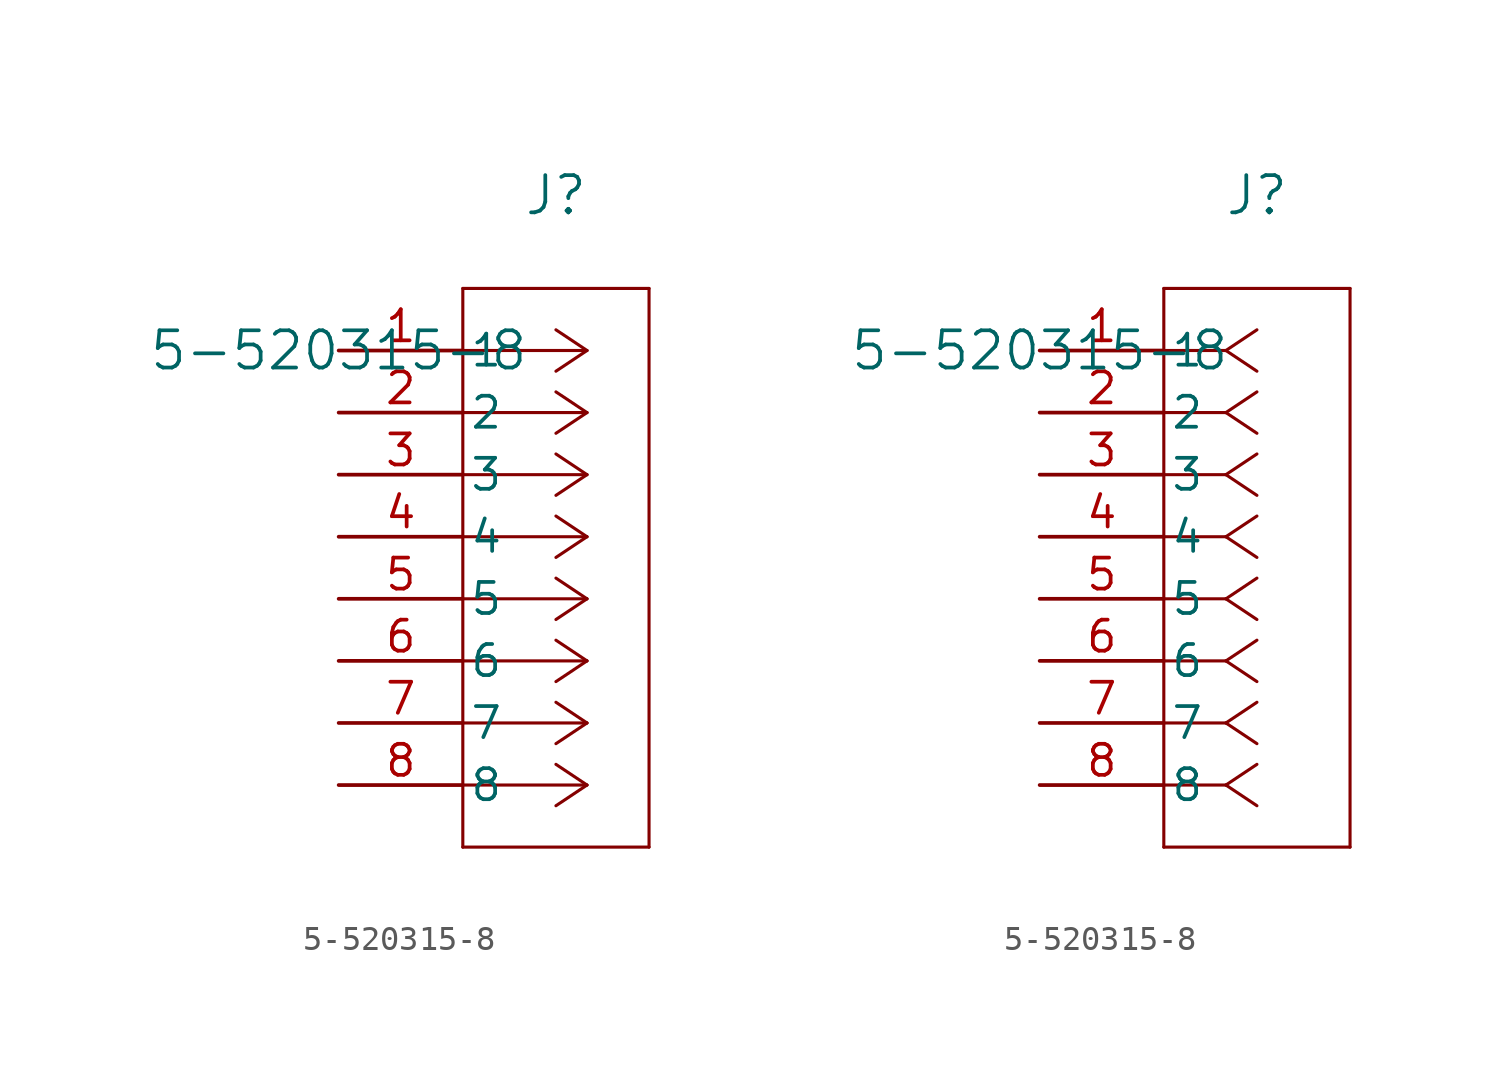
<source format=kicad_sym>
(kicad_symbol_lib
  (version 20211014)
  (generator kicad_symbol_editor)
  (symbol "5-520315-8"
    (pin_names
      (offset 0.254))
    (property "Reference" "J"
      (at 8.89 6.35 0)
      (effects (font (size 1.524 1.524))))
    (property "Value" "5-520315-8"
      (at 0 0 0)
      (effects (font (size 1.524 1.524))))
    (symbol "5-520315-8_1_1"
      (polyline (pts (xy 10.16 0) (xy 5.08 0)) (stroke (width 0.127) (type default) (color 0 0 0 0)) (fill (type none)))
      (polyline (pts (xy 10.16 -2.54) (xy 5.08 -2.54)) (stroke (width 0.127) (type default) (color 0 0 0 0)) (fill (type none)))
      (polyline (pts (xy 10.16 -5.08) (xy 5.08 -5.08)) (stroke (width 0.127) (type default) (color 0 0 0 0)) (fill (type none)))
      (polyline (pts (xy 10.16 -7.62) (xy 5.08 -7.62)) (stroke (width 0.127) (type default) (color 0 0 0 0)) (fill (type none)))
      (polyline (pts (xy 10.16 -10.16) (xy 5.08 -10.16)) (stroke (width 0.127) (type default) (color 0 0 0 0)) (fill (type none)))
      (polyline (pts (xy 10.16 -12.7) (xy 5.08 -12.7)) (stroke (width 0.127) (type default) (color 0 0 0 0)) (fill (type none)))
      (polyline (pts (xy 10.16 -15.24) (xy 5.08 -15.24)) (stroke (width 0.127) (type default) (color 0 0 0 0)) (fill (type none)))
      (polyline (pts (xy 10.16 -17.78) (xy 5.08 -17.78)) (stroke (width 0.127) (type default) (color 0 0 0 0)) (fill (type none)))
      (polyline (pts (xy 10.16 0) (xy 8.89 0.847)) (stroke (width 0.127) (type default) (color 0 0 0 0)) (fill (type none)))
      (polyline (pts (xy 10.16 -2.54) (xy 8.89 -1.693)) (stroke (width 0.127) (type default) (color 0 0 0 0)) (fill (type none)))
      (polyline (pts (xy 10.16 -5.08) (xy 8.89 -4.233)) (stroke (width 0.127) (type default) (color 0 0 0 0)) (fill (type none)))
      (polyline (pts (xy 10.16 -7.62) (xy 8.89 -6.773)) (stroke (width 0.127) (type default) (color 0 0 0 0)) (fill (type none)))
      (polyline (pts (xy 10.16 -10.16) (xy 8.89 -9.313)) (stroke (width 0.127) (type default) (color 0 0 0 0)) (fill (type none)))
      (polyline (pts (xy 10.16 -12.7) (xy 8.89 -11.853)) (stroke (width 0.127) (type default) (color 0 0 0 0)) (fill (type none)))
      (polyline (pts (xy 10.16 -15.24) (xy 8.89 -14.393)) (stroke (width 0.127) (type default) (color 0 0 0 0)) (fill (type none)))
      (polyline (pts (xy 10.16 -17.78) (xy 8.89 -16.933)) (stroke (width 0.127) (type default) (color 0 0 0 0)) (fill (type none)))
      (polyline (pts (xy 10.16 0) (xy 8.89 -0.847)) (stroke (width 0.127) (type default) (color 0 0 0 0)) (fill (type none)))
      (polyline (pts (xy 10.16 -2.54) (xy 8.89 -3.387)) (stroke (width 0.127) (type default) (color 0 0 0 0)) (fill (type none)))
      (polyline (pts (xy 10.16 -5.08) (xy 8.89 -5.927)) (stroke (width 0.127) (type default) (color 0 0 0 0)) (fill (type none)))
      (polyline (pts (xy 10.16 -7.62) (xy 8.89 -8.467)) (stroke (width 0.127) (type default) (color 0 0 0 0)) (fill (type none)))
      (polyline (pts (xy 10.16 -10.16) (xy 8.89 -11.007)) (stroke (width 0.127) (type default) (color 0 0 0 0)) (fill (type none)))
      (polyline (pts (xy 10.16 -12.7) (xy 8.89 -13.547)) (stroke (width 0.127) (type default) (color 0 0 0 0)) (fill (type none)))
      (polyline (pts (xy 10.16 -15.24) (xy 8.89 -16.087)) (stroke (width 0.127) (type default) (color 0 0 0 0)) (fill (type none)))
      (polyline (pts (xy 10.16 -17.78) (xy 8.89 -18.627)) (stroke (width 0.127) (type default) (color 0 0 0 0)) (fill (type none)))
      (polyline (pts (xy 5.08 2.54) (xy 5.08 -20.32)) (stroke (width 0.127) (type default) (color 0 0 0 0)) (fill (type none)))
      (polyline (pts (xy 5.08 -20.32) (xy 12.7 -20.32)) (stroke (width 0.127) (type default) (color 0 0 0 0)) (fill (type none)))
      (polyline (pts (xy 12.7 -20.32) (xy 12.7 2.54)) (stroke (width 0.127) (type default) (color 0 0 0 0)) (fill (type none)))
      (polyline (pts (xy 12.7 2.54) (xy 5.08 2.54)) (stroke (width 0.127) (type default) (color 0 0 0 0)) (fill (type none)))
      (pin unspecified line (at 0 0 0) (length 5.08) (name "1" (effects (font (size 1.27 1.27)))) (number "1" (effects (font (size 1.27 1.27)))))
      (pin unspecified line (at 0 -2.54 0) (length 5.08) (name "2" (effects (font (size 1.27 1.27)))) (number "2" (effects (font (size 1.27 1.27)))))
      (pin unspecified line (at 0 -5.08 0) (length 5.08) (name "3" (effects (font (size 1.27 1.27)))) (number "3" (effects (font (size 1.27 1.27)))))
      (pin unspecified line (at 0 -7.62 0) (length 5.08) (name "4" (effects (font (size 1.27 1.27)))) (number "4" (effects (font (size 1.27 1.27)))))
      (pin unspecified line (at 0 -10.16 0) (length 5.08) (name "5" (effects (font (size 1.27 1.27)))) (number "5" (effects (font (size 1.27 1.27)))))
      (pin unspecified line (at 0 -12.7 0) (length 5.08) (name "6" (effects (font (size 1.27 1.27)))) (number "6" (effects (font (size 1.27 1.27)))))
      (pin unspecified line (at 0 -15.24 0) (length 5.08) (name "7" (effects (font (size 1.27 1.27)))) (number "7" (effects (font (size 1.27 1.27)))))
      (pin unspecified line (at 0 -17.78 0) (length 5.08) (name "8" (effects (font (size 1.27 1.27)))) (number "8" (effects (font (size 1.27 1.27))))))
    (symbol "5-520315-8_1_2"
      (polyline (pts (xy 7.62 0) (xy 5.08 0)) (stroke (width 0.127) (type default) (color 0 0 0 0)) (fill (type none)))
      (polyline (pts (xy 7.62 -2.54) (xy 5.08 -2.54)) (stroke (width 0.127) (type default) (color 0 0 0 0)) (fill (type none)))
      (polyline (pts (xy 7.62 -5.08) (xy 5.08 -5.08)) (stroke (width 0.127) (type default) (color 0 0 0 0)) (fill (type none)))
      (polyline (pts (xy 7.62 -7.62) (xy 5.08 -7.62)) (stroke (width 0.127) (type default) (color 0 0 0 0)) (fill (type none)))
      (polyline (pts (xy 7.62 -10.16) (xy 5.08 -10.16)) (stroke (width 0.127) (type default) (color 0 0 0 0)) (fill (type none)))
      (polyline (pts (xy 7.62 -12.7) (xy 5.08 -12.7)) (stroke (width 0.127) (type default) (color 0 0 0 0)) (fill (type none)))
      (polyline (pts (xy 7.62 -15.24) (xy 5.08 -15.24)) (stroke (width 0.127) (type default) (color 0 0 0 0)) (fill (type none)))
      (polyline (pts (xy 7.62 -17.78) (xy 5.08 -17.78)) (stroke (width 0.127) (type default) (color 0 0 0 0)) (fill (type none)))
      (polyline (pts (xy 7.62 0) (xy 8.89 0.847)) (stroke (width 0.127) (type default) (color 0 0 0 0)) (fill (type none)))
      (polyline (pts (xy 7.62 -2.54) (xy 8.89 -1.693)) (stroke (width 0.127) (type default) (color 0 0 0 0)) (fill (type none)))
      (polyline (pts (xy 7.62 -5.08) (xy 8.89 -4.233)) (stroke (width 0.127) (type default) (color 0 0 0 0)) (fill (type none)))
      (polyline (pts (xy 7.62 -7.62) (xy 8.89 -6.773)) (stroke (width 0.127) (type default) (color 0 0 0 0)) (fill (type none)))
      (polyline (pts (xy 7.62 -10.16) (xy 8.89 -9.313)) (stroke (width 0.127) (type default) (color 0 0 0 0)) (fill (type none)))
      (polyline (pts (xy 7.62 -12.7) (xy 8.89 -11.853)) (stroke (width 0.127) (type default) (color 0 0 0 0)) (fill (type none)))
      (polyline (pts (xy 7.62 -15.24) (xy 8.89 -14.393)) (stroke (width 0.127) (type default) (color 0 0 0 0)) (fill (type none)))
      (polyline (pts (xy 7.62 -17.78) (xy 8.89 -16.933)) (stroke (width 0.127) (type default) (color 0 0 0 0)) (fill (type none)))
      (polyline (pts (xy 7.62 0) (xy 8.89 -0.847)) (stroke (width 0.127) (type default) (color 0 0 0 0)) (fill (type none)))
      (polyline (pts (xy 7.62 -2.54) (xy 8.89 -3.387)) (stroke (width 0.127) (type default) (color 0 0 0 0)) (fill (type none)))
      (polyline (pts (xy 7.62 -5.08) (xy 8.89 -5.927)) (stroke (width 0.127) (type default) (color 0 0 0 0)) (fill (type none)))
      (polyline (pts (xy 7.62 -7.62) (xy 8.89 -8.467)) (stroke (width 0.127) (type default) (color 0 0 0 0)) (fill (type none)))
      (polyline (pts (xy 7.62 -10.16) (xy 8.89 -11.007)) (stroke (width 0.127) (type default) (color 0 0 0 0)) (fill (type none)))
      (polyline (pts (xy 7.62 -12.7) (xy 8.89 -13.547)) (stroke (width 0.127) (type default) (color 0 0 0 0)) (fill (type none)))
      (polyline (pts (xy 7.62 -15.24) (xy 8.89 -16.087)) (stroke (width 0.127) (type default) (color 0 0 0 0)) (fill (type none)))
      (polyline (pts (xy 7.62 -17.78) (xy 8.89 -18.627)) (stroke (width 0.127) (type default) (color 0 0 0 0)) (fill (type none)))
      (polyline (pts (xy 5.08 2.54) (xy 5.08 -20.32)) (stroke (width 0.127) (type default) (color 0 0 0 0)) (fill (type none)))
      (polyline (pts (xy 5.08 -20.32) (xy 12.7 -20.32)) (stroke (width 0.127) (type default) (color 0 0 0 0)) (fill (type none)))
      (polyline (pts (xy 12.7 -20.32) (xy 12.7 2.54)) (stroke (width 0.127) (type default) (color 0 0 0 0)) (fill (type none)))
      (polyline (pts (xy 12.7 2.54) (xy 5.08 2.54)) (stroke (width 0.127) (type default) (color 0 0 0 0)) (fill (type none)))
      (pin unspecified line (at 0 0 0) (length 5.08) (name "1" (effects (font (size 1.27 1.27)))) (number "1" (effects (font (size 1.27 1.27)))))
      (pin unspecified line (at 0 -2.54 0) (length 5.08) (name "2" (effects (font (size 1.27 1.27)))) (number "2" (effects (font (size 1.27 1.27)))))
      (pin unspecified line (at 0 -5.08 0) (length 5.08) (name "3" (effects (font (size 1.27 1.27)))) (number "3" (effects (font (size 1.27 1.27)))))
      (pin unspecified line (at 0 -7.62 0) (length 5.08) (name "4" (effects (font (size 1.27 1.27)))) (number "4" (effects (font (size 1.27 1.27)))))
      (pin unspecified line (at 0 -10.16 0) (length 5.08) (name "5" (effects (font (size 1.27 1.27)))) (number "5" (effects (font (size 1.27 1.27)))))
      (pin unspecified line (at 0 -12.7 0) (length 5.08) (name "6" (effects (font (size 1.27 1.27)))) (number "6" (effects (font (size 1.27 1.27)))))
      (pin unspecified line (at 0 -15.24 0) (length 5.08) (name "7" (effects (font (size 1.27 1.27)))) (number "7" (effects (font (size 1.27 1.27)))))
      (pin unspecified line (at 0 -17.78 0) (length 5.08) (name "8" (effects (font (size 1.27 1.27)))) (number "8" (effects (font (size 1.27 1.27))))))))
</source>
